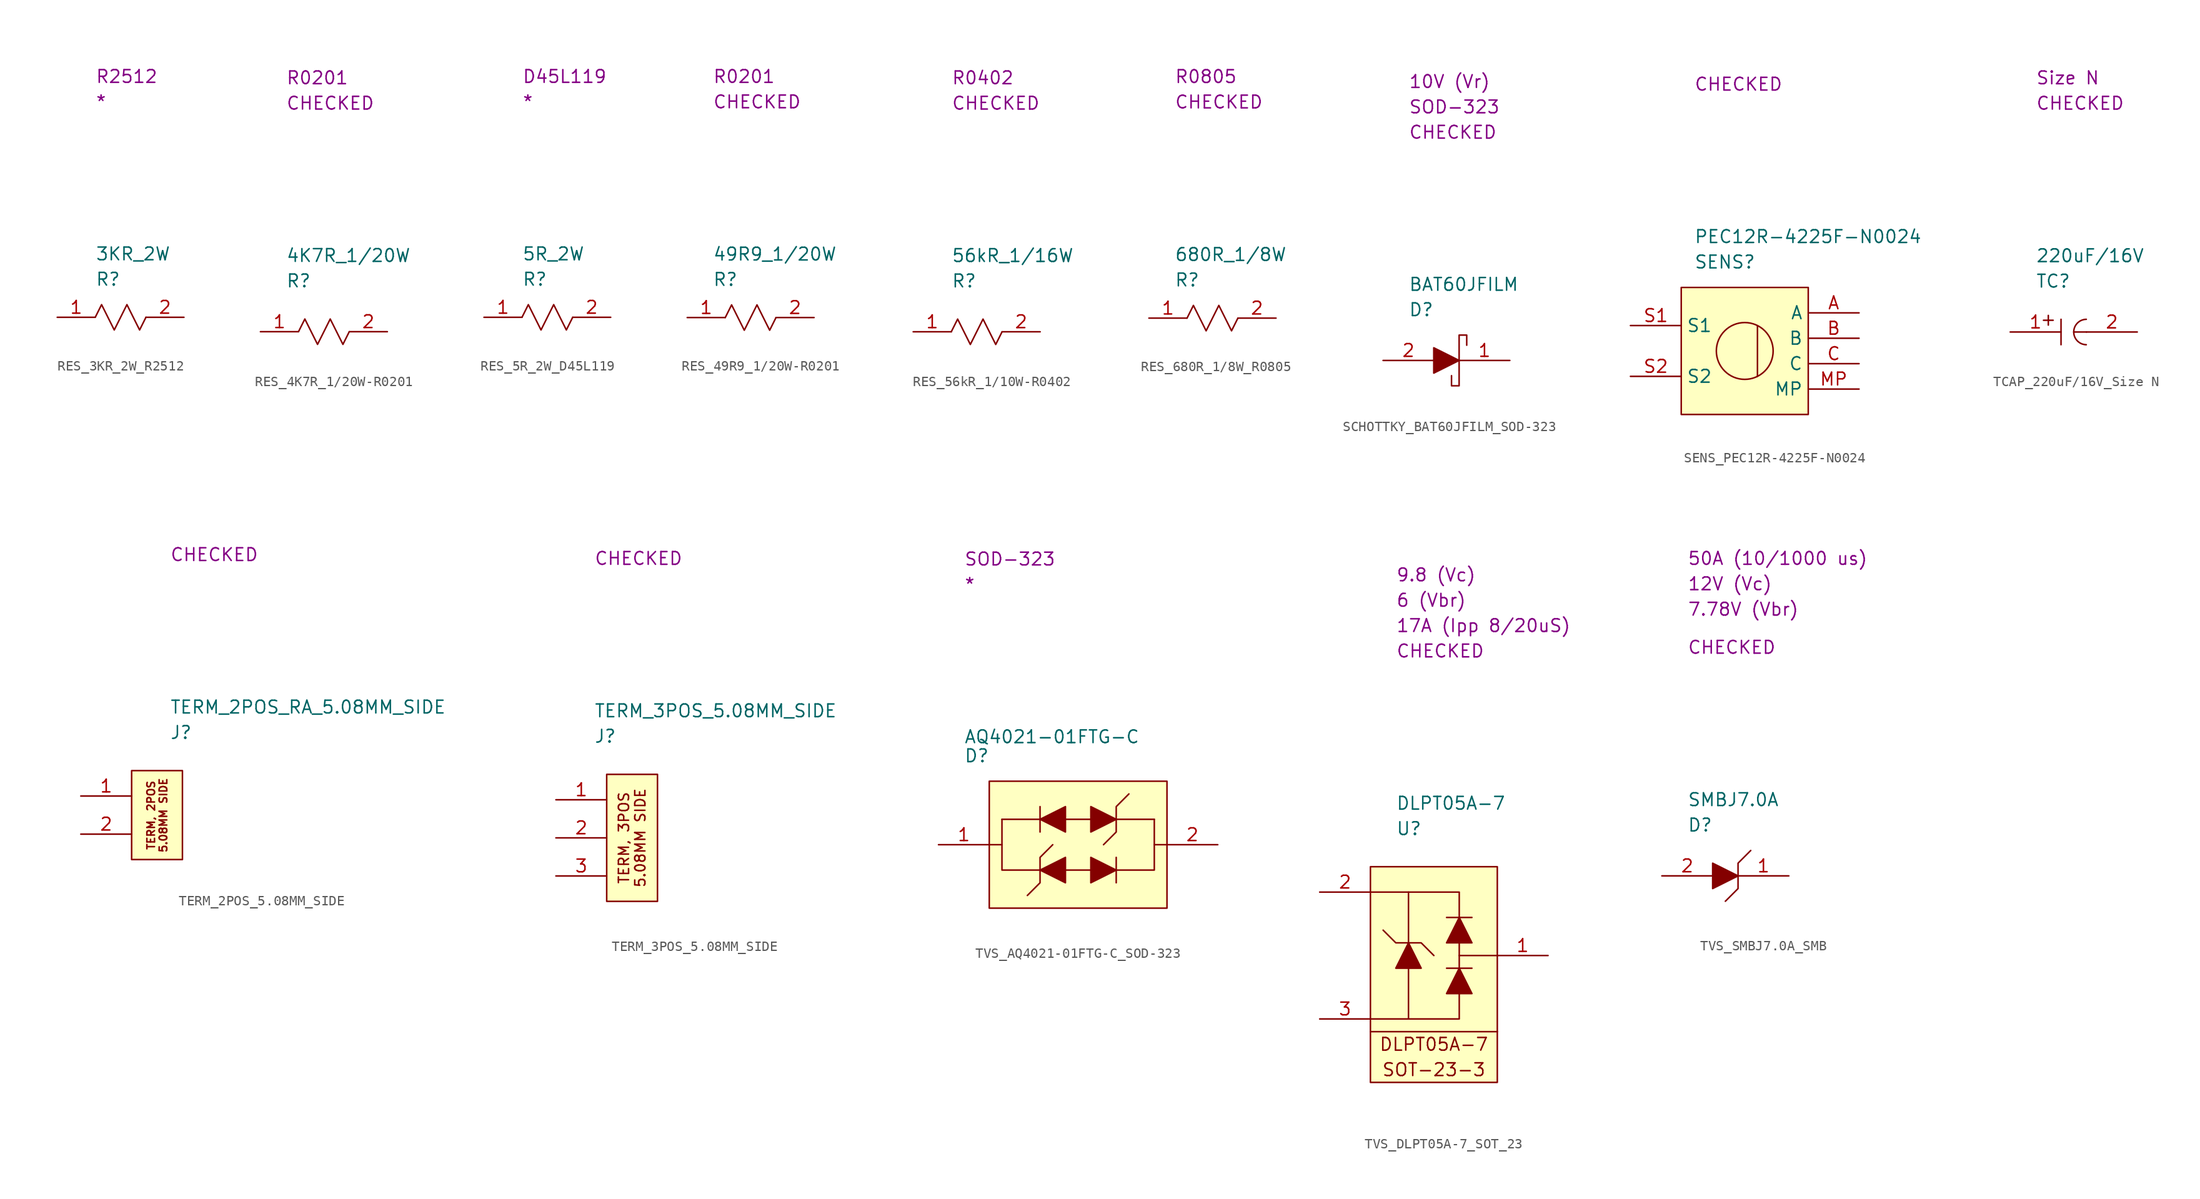
<source format=kicad_sym>
(kicad_symbol_lib
  (version 20220914)
  (generator kicad_symbol_editor)
  (symbol "RES_3KR_2W_R2512"
    (property "Reference" "R"
      (at 3.81 3.81 0)
      (effects (font (size 1.27 1.27)) (justify left)))
    (property "Value" "3KR_2W"
      (at 3.81 6.35 0)
      (effects (font (size 1.27 1.27)) (justify left)))
    (property "SCH CHECK" "*"
      (at 3.81 21.59 0)
      (effects (font (size 1.27 1.27)) (justify left)))
    (property "Package" "R2512"
      (at 3.81 24.13 0)
      (effects (font (size 1.27 1.27)) (justify left)))
    (symbol "RES_3KR_2W_R2512_0_0"
      (polyline (pts (xy 3.81 0) (xy 4.445 1.27) (xy 5.715 -1.27) (xy 6.985 1.27) (xy 8.255 -1.27) (xy 8.89 0)) (stroke (width 0) (type default)) (fill (type none))))
    (symbol "RES_3KR_2W_R2512_1_1"
      (pin passive line (at 0 0 0) (length 3.81) (name "" (effects (font (size 1.27 1.27)))) (number "1" (effects (font (size 1.27 1.27)))))
      (pin passive line (at 12.7 0 180) (length 3.81) (name "" (effects (font (size 1.27 1.27)))) (number "2" (effects (font (size 1.27 1.27)))))))
  (symbol "RES_4K7R_1/20W-R0201"
    (property "Reference" "R"
      (at 2.54 5.08 0)
      (effects (font (size 1.27 1.27)) (justify left)))
    (property "Value" "4K7R_1{slash}20W"
      (at 2.54 7.62 0)
      (effects (font (size 1.27 1.27)) (justify left)))
    (property "SCH CHECK" "CHECKED"
      (at 2.54 22.86 0)
      (effects (font (size 1.27 1.27)) (justify left)))
    (property "Package" "R0201"
      (at 2.54 25.4 0)
      (effects (font (size 1.27 1.27)) (justify left)))
    (symbol "RES_4K7R_1/20W-R0201_0_0"
      (polyline (pts (xy 3.81 0) (xy 4.445 1.27) (xy 5.715 -1.27) (xy 6.985 1.27) (xy 8.255 -1.27) (xy 8.89 0)) (stroke (width 0) (type default)) (fill (type none))))
    (symbol "RES_4K7R_1/20W-R0201_1_1"
      (pin passive line (at 0 0 0) (length 3.81) (name "" (effects (font (size 1.27 1.27)))) (number "1" (effects (font (size 1.27 1.27)))))
      (pin passive line (at 12.7 0 180) (length 3.81) (name "" (effects (font (size 1.27 1.27)))) (number "2" (effects (font (size 1.27 1.27)))))))
  (symbol "RES_5R_2W_D45L119"
    (property "Reference" "R"
      (at 3.81 3.81 0)
      (effects (font (size 1.27 1.27)) (justify left)))
    (property "Value" "5R_2W"
      (at 3.81 6.35 0)
      (effects (font (size 1.27 1.27)) (justify left)))
    (property "SCH CHECK" "*"
      (at 3.81 21.59 0)
      (effects (font (size 1.27 1.27)) (justify left)))
    (property "Package" "D45L119"
      (at 3.81 24.13 0)
      (effects (font (size 1.27 1.27)) (justify left)))
    (symbol "RES_5R_2W_D45L119_0_0"
      (polyline (pts (xy 3.81 0) (xy 4.445 1.27) (xy 5.715 -1.27) (xy 6.985 1.27) (xy 8.255 -1.27) (xy 8.89 0)) (stroke (width 0) (type default)) (fill (type none))))
    (symbol "RES_5R_2W_D45L119_1_1"
      (pin passive line (at 0 0 0) (length 3.81) (name "" (effects (font (size 1.27 1.27)))) (number "1" (effects (font (size 1.27 1.27)))))
      (pin passive line (at 12.7 0 180) (length 3.81) (name "" (effects (font (size 1.27 1.27)))) (number "2" (effects (font (size 1.27 1.27)))))))
  (symbol "RES_49R9_1/20W-R0201"
    (property "Reference" "R"
      (at 2.54 3.81 0)
      (effects (font (size 1.27 1.27)) (justify left)))
    (property "Value" "49R9_1/20W"
      (at 2.54 6.35 0)
      (effects (font (size 1.27 1.27)) (justify left)))
    (property "SCH CHECK" "CHECKED"
      (at 2.54 21.59 0)
      (effects (font (size 1.27 1.27)) (justify left)))
    (property "Package" "R0201"
      (at 2.54 24.13 0)
      (effects (font (size 1.27 1.27)) (justify left)))
    (symbol "RES_49R9_1/20W-R0201_0_0"
      (polyline (pts (xy 3.81 0) (xy 4.445 1.27) (xy 5.715 -1.27) (xy 6.985 1.27) (xy 8.255 -1.27) (xy 8.89 0)) (stroke (width 0) (type default)) (fill (type none))))
    (symbol "RES_49R9_1/20W-R0201_1_1"
      (pin passive line (at 0 0 0) (length 3.81) (name "" (effects (font (size 1.27 1.27)))) (number "1" (effects (font (size 1.27 1.27)))))
      (pin passive line (at 12.7 0 180) (length 3.81) (name "" (effects (font (size 1.27 1.27)))) (number "2" (effects (font (size 1.27 1.27)))))))
  (symbol "RES_56kR_1/10W-R0402"
    (property "Reference" "R"
      (at 3.81 5.08 0)
      (effects (font (size 1.27 1.27)) (justify left)))
    (property "Value" "56kR_1/16W"
      (at 3.81 7.62 0)
      (effects (font (size 1.27 1.27)) (justify left)))
    (property "SCH CHECK" "CHECKED"
      (at 3.81 22.86 0)
      (effects (font (size 1.27 1.27)) (justify left)))
    (property "Package" "R0402"
      (at 3.81 25.4 0)
      (effects (font (size 1.27 1.27)) (justify left)))
    (symbol "RES_56kR_1/10W-R0402_0_0"
      (polyline (pts (xy 3.81 0) (xy 4.445 1.27) (xy 5.715 -1.27) (xy 6.985 1.27) (xy 8.255 -1.27) (xy 8.89 0)) (stroke (width 0) (type default)) (fill (type none))))
    (symbol "RES_56kR_1/10W-R0402_1_1"
      (pin passive line (at 0 0 0) (length 3.81) (name "" (effects (font (size 1.27 1.27)))) (number "1" (effects (font (size 1.27 1.27)))))
      (pin passive line (at 12.7 0 180) (length 3.81) (name "" (effects (font (size 1.27 1.27)))) (number "2" (effects (font (size 1.27 1.27)))))))
  (symbol "RES_680R_1/8W_R0805"
    (property "Reference" "R"
      (at 2.54 3.81 0)
      (effects (font (size 1.27 1.27)) (justify left)))
    (property "Value" "680R_1/8W"
      (at 2.54 6.35 0)
      (effects (font (size 1.27 1.27)) (justify left)))
    (property "SCH CHECK" "CHECKED"
      (at 2.54 21.59 0)
      (effects (font (size 1.27 1.27)) (justify left)))
    (property "Package" "R0805"
      (at 2.54 24.13 0)
      (effects (font (size 1.27 1.27)) (justify left)))
    (symbol "RES_680R_1/8W_R0805_0_0"
      (polyline (pts (xy 3.81 0) (xy 4.445 1.27) (xy 5.715 -1.27) (xy 6.985 1.27) (xy 8.255 -1.27) (xy 8.89 0)) (stroke (width 0) (type default)) (fill (type none))))
    (symbol "RES_680R_1/8W_R0805_1_1"
      (pin passive line (at 0 0 0) (length 3.81) (name "" (effects (font (size 1.27 1.27)))) (number "1" (effects (font (size 1.27 1.27)))))
      (pin passive line (at 12.7 0 180) (length 3.81) (name "" (effects (font (size 1.27 1.27)))) (number "2" (effects (font (size 1.27 1.27)))))))
  (symbol "SCHOTTKY_BAT60JFILM_SOD-323"
    (property "Reference" "D"
      (at 2.54 5.08 0)
      (effects (font (size 1.27 1.27)) (justify left)))
    (property "Value" "BAT60JFILM"
      (at 2.54 7.62 0)
      (effects (font (size 1.27 1.27)) (justify left)))
    (property "SCH CHECK" "CHECKED"
      (at 2.54 22.86 0)
      (effects (font (size 1.27 1.27)) (justify left)))
    (property "Pacakge" "SOD-323"
      (at 2.54 25.4 0)
      (effects (font (size 1.27 1.27)) (justify left)))
    (property "Vr" "10V (Vr)"
      (at 2.54 27.94 0)
      (effects (font (size 1.27 1.27)) (justify left)))
    (symbol "SCHOTTKY_BAT60JFILM_SOD-323_0_1"
      (polyline (pts (xy 5.08 1.27) (xy 5.08 -1.27) (xy 7.62 0) (xy 5.08 1.27)) (stroke (width 0) (type default)) (fill (type outline)))
      (polyline (pts (xy 8.382 1.524) (xy 8.382 2.54) (xy 7.62 2.54) (xy 7.62 -2.54) (xy 6.858 -2.54) (xy 6.858 -1.524)) (stroke (width 0) (type default)) (fill (type none))))
    (symbol "SCHOTTKY_BAT60JFILM_SOD-323_1_1"
      (pin passive line (at 12.7 0 180) (length 5.08) (name "" (effects (font (size 1.27 1.27)))) (number "1" (effects (font (size 1.27 1.27)))))
      (pin passive line (at 0 0 0) (length 5.08) (name "" (effects (font (size 1.27 1.27)))) (number "2" (effects (font (size 1.27 1.27)))))))
  (symbol "SENS_PEC12R-4225F-N0024"
    (property "Reference" "SENS"
      (at 1.27 2.54 0)
      (effects (font (size 1.27 1.27)) (justify left)))
    (property "Value" "PEC12R-4225F-N0024"
      (at 1.27 5.08 0)
      (effects (font (size 1.27 1.27)) (justify left)))
    (property "SCH CHECK" "CHECKED"
      (at 1.27 20.32 0)
      (effects (font (size 1.27 1.27)) (justify left)))
    (symbol "SENS_PEC12R-4225F-N0024_0_1"
      (polyline (pts (xy 7.62 -3.81) (xy 7.62 -8.89)) (stroke (width 0) (type default)) (fill (type none)))
      (rectangle (start 0 0) (end 12.7 -12.7) (stroke (width 0) (type default)) (fill (type background)))
      (circle (center 6.35 -6.35) (radius 2.84) (stroke (width 0) (type default)) (fill (type none))))
    (symbol "SENS_PEC12R-4225F-N0024_1_1"
      (pin passive line (at 17.78 -2.54 180) (length 5.08) (name "A" (effects (font (size 1.27 1.27)))) (number "A" (effects (font (size 1.27 1.27)))))
      (pin passive line (at 17.78 -5.08 180) (length 5.08) (name "B" (effects (font (size 1.27 1.27)))) (number "B" (effects (font (size 1.27 1.27)))))
      (pin passive line (at 17.78 -7.62 180) (length 5.08) (name "C" (effects (font (size 1.27 1.27)))) (number "C" (effects (font (size 1.27 1.27)))))
      (pin passive line (at 17.78 -10.16 180) (length 5.08) (name "MP" (effects (font (size 1.27 1.27)))) (number "MP" (effects (font (size 1.27 1.27)))))
      (pin passive line (at -5.08 -3.81 0) (length 5.08) (name "S1" (effects (font (size 1.27 1.27)))) (number "S1" (effects (font (size 1.27 1.27)))))
      (pin passive line (at -5.08 -8.89 0) (length 5.08) (name "S2" (effects (font (size 1.27 1.27)))) (number "S2" (effects (font (size 1.27 1.27)))))))
  (symbol "TCAP_220uF/16V_Size N"
    (property "Reference" "TC"
      (at 2.54 5.08 0)
      (effects (font (size 1.27 1.27)) (justify left)))
    (property "Value" "220uF/16V"
      (at 2.54 7.62 0)
      (effects (font (size 1.27 1.27)) (justify left)))
    (property "SCH CHECK" "CHECKED"
      (at 2.54 22.86 0)
      (effects (font (size 1.27 1.27)) (justify left)))
    (property "Package" "Size N"
      (at 2.54 25.4 0)
      (effects (font (size 1.27 1.27)) (justify left)))
    (symbol "TCAP_220uF/16V_Size N_0_0"
      (polyline (pts (xy 5.08 1.27) (xy 5.08 -1.27)) (stroke (width 0) (type default)) (fill (type none))))
    (symbol "TCAP_220uF/16V_Size N_0_1"
      (polyline (pts (xy 6.35 0) (xy 7.62 0)) (stroke (width 0) (type default)) (fill (type none)))
      (arc (start 7.6054 1.27) (mid 6.3499 0.0013) (end 7.6028 -1.27) (stroke (width 0) (type default)) (fill (type none)))
      (text "+" (at 3.81 1.27 0) (effects (font (size 1.27 1.27)))))
    (symbol "TCAP_220uF/16V_Size N_1_1"
      (pin passive line (at 0 0 0) (length 5.08) (name "" (effects (font (size 1.27 1.27)))) (number "1" (effects (font (size 1.27 1.27)))))
      (pin passive line (at 12.7 0 180) (length 5.08) (name "" (effects (font (size 1.27 1.27)))) (number "2" (effects (font (size 1.27 1.27)))))))
  (symbol "TERM_2POS_5.08MM_SIDE"
    (property "Reference" "J"
      (at 3.81 3.81 0)
      (effects (font (size 1.27 1.27)) (justify left)))
    (property "Value" "TERM_2POS_RA_5.08MM_SIDE"
      (at 3.81 6.35 0)
      (effects (font (size 1.27 1.27)) (justify left)))
    (property "SCH CHECK" "CHECKED"
      (at 3.81 21.59 0)
      (effects (font (size 1.27 1.27)) (justify left)))
    (symbol "TERM_2POS_5.08MM_SIDE_0_1"
      (rectangle (start 0 0) (end 5.08 -8.89) (stroke (width 0) (type default)) (fill (type background)))
      (text "TERM, 2POS\n5.08MM SIDE" (at 2.555 -4.46 900) (effects (font (size 0.762 0.762)))))
    (symbol "TERM_2POS_5.08MM_SIDE_1_1"
      (pin passive line (at -5.08 -2.54 0) (length 5.08) (name "" (effects (font (size 1.27 1.27)))) (number "1" (effects (font (size 1.27 1.27)))))
      (pin passive line (at -5.08 -6.35 0) (length 5.08) (name "" (effects (font (size 1.27 1.27)))) (number "2" (effects (font (size 1.27 1.27)))))))
  (symbol "TERM_3POS_5.08MM_SIDE"
    (property "Reference" "J"
      (at 3.81 3.81 0)
      (effects (font (size 1.27 1.27)) (justify left)))
    (property "Value" "TERM_3POS_5.08MM_SIDE"
      (at 3.81 6.35 0)
      (effects (font (size 1.27 1.27)) (justify left)))
    (property "SCH CHECK" "CHECKED"
      (at 3.81 21.59 0)
      (effects (font (size 1.27 1.27)) (justify left)))
    (symbol "TERM_3POS_5.08MM_SIDE_0_1"
      (rectangle (start 5.08 0) (end 10.16 -12.7) (stroke (width 0) (type default)) (fill (type background)))
      (text "TERM, 3POS\n5.08MM SIDE" (at 7.62 -6.35 900) (effects (font (size 1.016 1.016)))))
    (symbol "TERM_3POS_5.08MM_SIDE_1_1"
      (pin passive line (at 0 -2.54 0) (length 5.08) (name "" (effects (font (size 1.27 1.27)))) (number "1" (effects (font (size 1.27 1.27)))))
      (pin passive line (at 0 -6.35 0) (length 5.08) (name "" (effects (font (size 1.27 1.27)))) (number "2" (effects (font (size 1.27 1.27)))))
      (pin passive line (at 0 -10.16 0) (length 5.08) (name "" (effects (font (size 1.27 1.27)))) (number "3" (effects (font (size 1.27 1.27)))))))
  (symbol "TVS_AQ4021-01FTG-C_SOD-323"
    (property "Reference" "D"
      (at 2.54 8.89 0)
      (effects (font (size 1.27 1.27)) (justify left)))
    (property "Value" "AQ4021-01FTG-C"
      (at 2.54 10.795 0)
      (effects (font (size 1.27 1.27)) (justify left)))
    (property "SCH CHECK" "*"
      (at 2.54 26.035 0)
      (effects (font (size 1.27 1.27)) (justify left)))
    (property "Package" "SOD-323"
      (at 2.54 28.575 0)
      (effects (font (size 1.27 1.27)) (justify left)))
    (symbol "TVS_AQ4021-01FTG-C_SOD-323_0_1"
      (polyline (pts (xy 5.08 0) (xy 6.35 0)) (stroke (width 0) (type default)) (fill (type none)))
      (polyline (pts (xy 6.35 2.54) (xy 10.16 2.54)) (stroke (width 0) (type default)) (fill (type none)))
      (polyline (pts (xy 10.16 3.81) (xy 10.16 1.27)) (stroke (width 0) (type default)) (fill (type none)))
      (polyline (pts (xy 12.7 -2.54) (xy 15.24 -2.54)) (stroke (width 0) (type default)) (fill (type none)))
      (polyline (pts (xy 12.7 2.54) (xy 15.24 2.54)) (stroke (width 0) (type default)) (fill (type none)))
      (polyline (pts (xy 17.78 -1.27) (xy 17.78 -3.81)) (stroke (width 0) (type default)) (fill (type none)))
      (polyline (pts (xy 17.78 2.54) (xy 21.59 2.54)) (stroke (width 0) (type default)) (fill (type none)))
      (polyline (pts (xy 22.86 0) (xy 21.59 0)) (stroke (width 0) (type default)) (fill (type none)))
      (polyline (pts (xy 10.16 -2.54) (xy 6.35 -2.54) (xy 6.35 2.54)) (stroke (width 0) (type default)) (fill (type none)))
      (polyline (pts (xy 17.78 -2.54) (xy 21.59 -2.54) (xy 21.59 2.54)) (stroke (width 0) (type default)) (fill (type none)))
      (polyline (pts (xy 11.43 0) (xy 10.16 -1.27) (xy 10.16 -3.81) (xy 8.89 -5.08)) (stroke (width 0) (type default)) (fill (type none)))
      (polyline (pts (xy 12.7 -3.81) (xy 12.7 -1.27) (xy 10.16 -2.54) (xy 12.7 -3.81)) (stroke (width 0) (type default)) (fill (type outline)))
      (polyline (pts (xy 12.7 1.27) (xy 12.7 3.81) (xy 10.16 2.54) (xy 12.7 1.27)) (stroke (width 0) (type default)) (fill (type outline)))
      (polyline (pts (xy 15.24 -1.27) (xy 15.24 -3.81) (xy 17.78 -2.54) (xy 15.24 -1.27)) (stroke (width 0) (type default)) (fill (type outline)))
      (polyline (pts (xy 15.24 3.81) (xy 15.24 1.27) (xy 17.78 2.54) (xy 15.24 3.81)) (stroke (width 0) (type default)) (fill (type outline)))
      (polyline (pts (xy 19.05 5.08) (xy 17.78 3.81) (xy 17.78 1.27) (xy 16.51 0)) (stroke (width 0) (type default)) (fill (type none)))
      (rectangle (start 5.08 6.35) (end 22.86 -6.35) (stroke (width 0) (type default)) (fill (type background))))
    (symbol "TVS_AQ4021-01FTG-C_SOD-323_1_1"
      (pin passive line (at 0 0 0) (length 5.08) (name "" (effects (font (size 1.27 1.27)))) (number "1" (effects (font (size 1.27 1.27)))))
      (pin passive line (at 27.94 0 180) (length 5.08) (name "" (effects (font (size 1.27 1.27)))) (number "2" (effects (font (size 1.27 1.27)))))))
  (symbol "TVS_DLPT05A-7_SOT_23"
    (property "Reference" "U"
      (at 2.54 3.81 0)
      (effects (font (size 1.27 1.27)) (justify left)))
    (property "Value" "DLPT05A-7"
      (at 2.54 6.35 0)
      (effects (font (size 1.27 1.27)) (justify left)))
    (property "SCH CHECK" "CHECKED"
      (at 2.54 21.59 0)
      (effects (font (size 1.27 1.27)) (justify left)))
    (property "Vbr" "6 (Vbr)"
      (at 2.54 26.67 0)
      (effects (font (size 1.27 1.27)) (justify left)))
    (property "Vc" "9.8 (Vc)"
      (at 2.54 29.21 0)
      (effects (font (size 1.27 1.27)) (justify left)))
    (property "Ipp" "17A (Ipp 8/20uS)"
      (at 2.54 24.13 0)
      (effects (font (size 1.27 1.27)) (justify left)))
    (symbol "TVS_DLPT05A-7_SOT_23_0_0"
      (text "DLPT05A-7" (at 6.35 -17.78 0) (effects (font (size 1.27 1.27))))
      (text "SOT-23-3" (at 6.35 -20.32 0) (effects (font (size 1.27 1.27)))))
    (symbol "TVS_DLPT05A-7_SOT_23_0_1"
      (polyline (pts (xy 0 -16.51) (xy 12.7 -16.51)) (stroke (width 0) (type default)) (fill (type none)))
      (polyline (pts (xy 7.62 -10.16) (xy 10.16 -10.16)) (stroke (width 0) (type default)) (fill (type none)))
      (polyline (pts (xy 8.89 -8.89) (xy 8.89 -10.16)) (stroke (width 0) (type default)) (fill (type none)))
      (polyline (pts (xy 8.89 -7.62) (xy 8.89 -8.89)) (stroke (width 0) (type default)) (fill (type none)))
      (polyline (pts (xy 10.16 -5.08) (xy 7.62 -5.08)) (stroke (width 0) (type default)) (fill (type none)))
      (polyline (pts (xy 12.7 -8.89) (xy 8.89 -8.89)) (stroke (width 0) (type default)) (fill (type none)))
      (polyline (pts (xy 0 -2.54) (xy 3.81 -2.54) (xy 3.81 -7.62)) (stroke (width 0) (type default)) (fill (type none)))
      (polyline (pts (xy 3.81 -10.16) (xy 3.81 -15.24) (xy 0 -15.24)) (stroke (width 0) (type default)) (fill (type none)))
      (polyline (pts (xy 8.89 -12.7) (xy 8.89 -15.24) (xy 3.81 -15.24)) (stroke (width 0) (type default)) (fill (type none)))
      (polyline (pts (xy 8.89 -5.08) (xy 8.89 -2.54) (xy 3.81 -2.54)) (stroke (width 0) (type default)) (fill (type none)))
      (polyline (pts (xy 2.54 -10.16) (xy 5.08 -10.16) (xy 3.81 -7.62) (xy 2.54 -10.16)) (stroke (width 0) (type default)) (fill (type outline)))
      (polyline (pts (xy 6.35 -8.89) (xy 5.08 -7.62) (xy 2.54 -7.62) (xy 1.27 -6.35)) (stroke (width 0) (type default)) (fill (type none)))
      (polyline (pts (xy 7.62 -12.7) (xy 10.16 -12.7) (xy 8.89 -10.16) (xy 7.62 -12.7)) (stroke (width 0) (type default)) (fill (type outline)))
      (polyline (pts (xy 7.62 -7.62) (xy 10.16 -7.62) (xy 8.89 -5.08) (xy 7.62 -7.62)) (stroke (width 0) (type default)) (fill (type outline)))
      (rectangle (start 0 0) (end 12.7 -21.59) (stroke (width 0) (type default)) (fill (type background))))
    (symbol "TVS_DLPT05A-7_SOT_23_1_1"
      (pin passive line (at 17.78 -8.89 180) (length 5.08) (name "" (effects (font (size 1.27 1.27)))) (number "1" (effects (font (size 1.27 1.27)))))
      (pin passive line (at -5.08 -2.54 0) (length 5.08) (name "" (effects (font (size 1.27 1.27)))) (number "2" (effects (font (size 1.27 1.27)))))
      (pin passive line (at -5.08 -15.24 0) (length 5.08) (name "" (effects (font (size 1.27 1.27)))) (number "3" (effects (font (size 1.27 1.27)))))))
  (symbol "TVS_SMBJ7.0A_SMB"
    (property "Reference" "D"
      (at 2.54 5.08 0)
      (effects (font (size 1.27 1.27)) (justify left)))
    (property "Value" "SMBJ7.0A"
      (at 2.54 7.62 0)
      (effects (font (size 1.27 1.27)) (justify left)))
    (property "SCH CHECK" "CHECKED"
      (at 2.54 22.86 0)
      (effects (font (size 1.27 1.27)) (justify left)))
    (property "Ipp" "50A (10/1000 us)"
      (at 2.54 31.75 0)
      (effects (font (size 1.27 1.27)) (justify left)))
    (property "VBR" "7.78V (Vbr)"
      (at 2.54 26.67 0)
      (effects (font (size 1.27 1.27)) (justify left)))
    (property "Vc" "12V (Vc)"
      (at 2.54 29.21 0)
      (effects (font (size 1.27 1.27)) (justify left)))
    (symbol "TVS_SMBJ7.0A_SMB_0_1"
      (polyline (pts (xy 5.08 1.27) (xy 5.08 -1.27) (xy 7.62 0) (xy 5.08 1.27)) (stroke (width 0) (type default)) (fill (type outline)))
      (polyline (pts (xy 8.89 2.54) (xy 7.62 1.27) (xy 7.62 -1.27) (xy 6.35 -2.54)) (stroke (width 0) (type default)) (fill (type none))))
    (symbol "TVS_SMBJ7.0A_SMB_1_1"
      (pin passive line (at 12.7 0 180) (length 5.08) (name "" (effects (font (size 1.27 1.27)))) (number "1" (effects (font (size 1.27 1.27)))))
      (pin passive line (at 0 0 0) (length 5.08) (name "" (effects (font (size 1.27 1.27)))) (number "2" (effects (font (size 1.27 1.27))))))))
</source>
